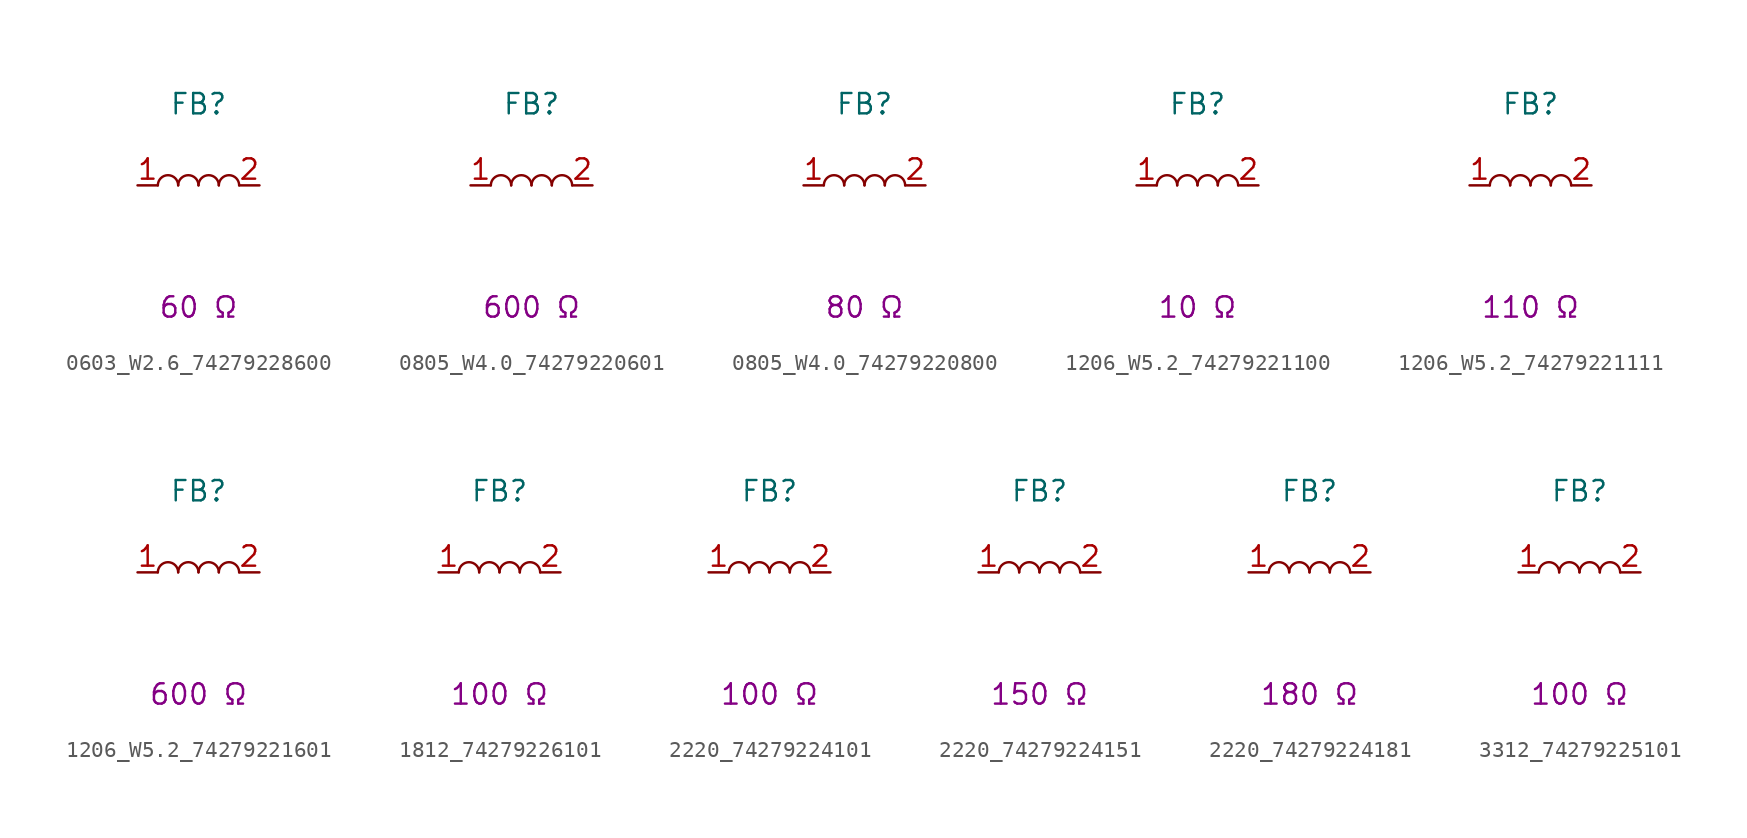
<source format=kicad_sym>
(kicad_symbol_lib
  (version 20220914)
  (generator kicad_symbol_editor)
  (symbol "0603_W2.6_74279228600"
    (pin_names hide)
    (property "Reference" "FB"
      (at 0 5.08 0)
      (effects (font (size 1.27 1.27))))
    (property "Critical Parameter" "60 Ω"
      (at 0 -7.62 0)
      (effects (font (size 1.27 1.27))))
    (symbol "0603_W2.6_74279228600_0_1"
      (arc (start -1.27 0) (mid -1.905 0.6323) (end -2.54 0) (stroke (width 0) (type default)) (fill (type none)))
      (arc (start 0 0) (mid -0.635 0.6323) (end -1.27 0) (stroke (width 0) (type default)) (fill (type none)))
      (arc (start 1.27 0) (mid 0.635 0.6323) (end 0 0) (stroke (width 0) (type default)) (fill (type none)))
      (arc (start 2.54 0) (mid 1.905 0.6323) (end 1.27 0) (stroke (width 0) (type default)) (fill (type none))))
    (symbol "0603_W2.6_74279228600_1_1"
      (pin passive line (at -3.81 0 0) (length 1.27) (name "1" (effects (font (size 1.27 1.27)))) (number "1" (effects (font (size 1.27 1.27)))))
      (pin passive line (at 3.81 0 180) (length 1.27) (name "2" (effects (font (size 1.27 1.27)))) (number "2" (effects (font (size 1.27 1.27)))))))
  (symbol "0805_W4.0_74279220601"
    (pin_names hide)
    (property "Reference" "FB"
      (at 0 5.08 0)
      (effects (font (size 1.27 1.27))))
    (property "Critical Parameter" "600 Ω"
      (at 0 -7.62 0)
      (effects (font (size 1.27 1.27))))
    (symbol "0805_W4.0_74279220601_0_1"
      (arc (start -1.27 0) (mid -1.905 0.6323) (end -2.54 0) (stroke (width 0) (type default)) (fill (type none)))
      (arc (start 0 0) (mid -0.635 0.6323) (end -1.27 0) (stroke (width 0) (type default)) (fill (type none)))
      (arc (start 1.27 0) (mid 0.635 0.6323) (end 0 0) (stroke (width 0) (type default)) (fill (type none)))
      (arc (start 2.54 0) (mid 1.905 0.6323) (end 1.27 0) (stroke (width 0) (type default)) (fill (type none))))
    (symbol "0805_W4.0_74279220601_1_1"
      (pin passive line (at -3.81 0 0) (length 1.27) (name "1" (effects (font (size 1.27 1.27)))) (number "1" (effects (font (size 1.27 1.27)))))
      (pin passive line (at 3.81 0 180) (length 1.27) (name "2" (effects (font (size 1.27 1.27)))) (number "2" (effects (font (size 1.27 1.27)))))))
  (symbol "0805_W4.0_74279220800"
    (pin_names hide)
    (property "Reference" "FB"
      (at 0 5.08 0)
      (effects (font (size 1.27 1.27))))
    (property "Critical Parameter" "80 Ω"
      (at 0 -7.62 0)
      (effects (font (size 1.27 1.27))))
    (symbol "0805_W4.0_74279220800_0_1"
      (arc (start -1.27 0) (mid -1.905 0.6323) (end -2.54 0) (stroke (width 0) (type default)) (fill (type none)))
      (arc (start 0 0) (mid -0.635 0.6323) (end -1.27 0) (stroke (width 0) (type default)) (fill (type none)))
      (arc (start 1.27 0) (mid 0.635 0.6323) (end 0 0) (stroke (width 0) (type default)) (fill (type none)))
      (arc (start 2.54 0) (mid 1.905 0.6323) (end 1.27 0) (stroke (width 0) (type default)) (fill (type none))))
    (symbol "0805_W4.0_74279220800_1_1"
      (pin passive line (at -3.81 0 0) (length 1.27) (name "1" (effects (font (size 1.27 1.27)))) (number "1" (effects (font (size 1.27 1.27)))))
      (pin passive line (at 3.81 0 180) (length 1.27) (name "2" (effects (font (size 1.27 1.27)))) (number "2" (effects (font (size 1.27 1.27)))))))
  (symbol "1206_W5.2_74279221100"
    (pin_names hide)
    (property "Reference" "FB"
      (at 0 5.08 0)
      (effects (font (size 1.27 1.27))))
    (property "Critical Parameter" "10 Ω"
      (at 0 -7.62 0)
      (effects (font (size 1.27 1.27))))
    (symbol "1206_W5.2_74279221100_0_1"
      (arc (start -1.27 0) (mid -1.905 0.6323) (end -2.54 0) (stroke (width 0) (type default)) (fill (type none)))
      (arc (start 0 0) (mid -0.635 0.6323) (end -1.27 0) (stroke (width 0) (type default)) (fill (type none)))
      (arc (start 1.27 0) (mid 0.635 0.6323) (end 0 0) (stroke (width 0) (type default)) (fill (type none)))
      (arc (start 2.54 0) (mid 1.905 0.6323) (end 1.27 0) (stroke (width 0) (type default)) (fill (type none))))
    (symbol "1206_W5.2_74279221100_1_1"
      (pin passive line (at -3.81 0 0) (length 1.27) (name "1" (effects (font (size 1.27 1.27)))) (number "1" (effects (font (size 1.27 1.27)))))
      (pin passive line (at 3.81 0 180) (length 1.27) (name "2" (effects (font (size 1.27 1.27)))) (number "2" (effects (font (size 1.27 1.27)))))))
  (symbol "1206_W5.2_74279221111"
    (pin_names hide)
    (property "Reference" "FB"
      (at 0 5.08 0)
      (effects (font (size 1.27 1.27))))
    (property "Critical Parameter" "110 Ω"
      (at 0 -7.62 0)
      (effects (font (size 1.27 1.27))))
    (symbol "1206_W5.2_74279221111_0_1"
      (arc (start -1.27 0) (mid -1.905 0.6323) (end -2.54 0) (stroke (width 0) (type default)) (fill (type none)))
      (arc (start 0 0) (mid -0.635 0.6323) (end -1.27 0) (stroke (width 0) (type default)) (fill (type none)))
      (arc (start 1.27 0) (mid 0.635 0.6323) (end 0 0) (stroke (width 0) (type default)) (fill (type none)))
      (arc (start 2.54 0) (mid 1.905 0.6323) (end 1.27 0) (stroke (width 0) (type default)) (fill (type none))))
    (symbol "1206_W5.2_74279221111_1_1"
      (pin passive line (at -3.81 0 0) (length 1.27) (name "1" (effects (font (size 1.27 1.27)))) (number "1" (effects (font (size 1.27 1.27)))))
      (pin passive line (at 3.81 0 180) (length 1.27) (name "2" (effects (font (size 1.27 1.27)))) (number "2" (effects (font (size 1.27 1.27)))))))
  (symbol "1206_W5.2_74279221601"
    (pin_names hide)
    (property "Reference" "FB"
      (at 0 5.08 0)
      (effects (font (size 1.27 1.27))))
    (property "Critical Parameter" "600 Ω"
      (at 0 -7.62 0)
      (effects (font (size 1.27 1.27))))
    (symbol "1206_W5.2_74279221601_0_1"
      (arc (start -1.27 0) (mid -1.905 0.6323) (end -2.54 0) (stroke (width 0) (type default)) (fill (type none)))
      (arc (start 0 0) (mid -0.635 0.6323) (end -1.27 0) (stroke (width 0) (type default)) (fill (type none)))
      (arc (start 1.27 0) (mid 0.635 0.6323) (end 0 0) (stroke (width 0) (type default)) (fill (type none)))
      (arc (start 2.54 0) (mid 1.905 0.6323) (end 1.27 0) (stroke (width 0) (type default)) (fill (type none))))
    (symbol "1206_W5.2_74279221601_1_1"
      (pin passive line (at -3.81 0 0) (length 1.27) (name "1" (effects (font (size 1.27 1.27)))) (number "1" (effects (font (size 1.27 1.27)))))
      (pin passive line (at 3.81 0 180) (length 1.27) (name "2" (effects (font (size 1.27 1.27)))) (number "2" (effects (font (size 1.27 1.27)))))))
  (symbol "1812_74279226101"
    (pin_names hide)
    (property "Reference" "FB"
      (at 0 5.08 0)
      (effects (font (size 1.27 1.27))))
    (property "Critical Parameter" "100 Ω"
      (at 0 -7.62 0)
      (effects (font (size 1.27 1.27))))
    (symbol "1812_74279226101_0_1"
      (arc (start -1.27 0) (mid -1.905 0.6323) (end -2.54 0) (stroke (width 0) (type default)) (fill (type none)))
      (arc (start 0 0) (mid -0.635 0.6323) (end -1.27 0) (stroke (width 0) (type default)) (fill (type none)))
      (arc (start 1.27 0) (mid 0.635 0.6323) (end 0 0) (stroke (width 0) (type default)) (fill (type none)))
      (arc (start 2.54 0) (mid 1.905 0.6323) (end 1.27 0) (stroke (width 0) (type default)) (fill (type none))))
    (symbol "1812_74279226101_1_1"
      (pin passive line (at -3.81 0 0) (length 1.27) (name "1" (effects (font (size 1.27 1.27)))) (number "1" (effects (font (size 1.27 1.27)))))
      (pin passive line (at 3.81 0 180) (length 1.27) (name "2" (effects (font (size 1.27 1.27)))) (number "2" (effects (font (size 1.27 1.27)))))))
  (symbol "2220_74279224101"
    (pin_names hide)
    (property "Reference" "FB"
      (at 0 5.08 0)
      (effects (font (size 1.27 1.27))))
    (property "Critical Parameter" "100 Ω"
      (at 0 -7.62 0)
      (effects (font (size 1.27 1.27))))
    (symbol "2220_74279224101_0_1"
      (arc (start -1.27 0) (mid -1.905 0.6323) (end -2.54 0) (stroke (width 0) (type default)) (fill (type none)))
      (arc (start 0 0) (mid -0.635 0.6323) (end -1.27 0) (stroke (width 0) (type default)) (fill (type none)))
      (arc (start 1.27 0) (mid 0.635 0.6323) (end 0 0) (stroke (width 0) (type default)) (fill (type none)))
      (arc (start 2.54 0) (mid 1.905 0.6323) (end 1.27 0) (stroke (width 0) (type default)) (fill (type none))))
    (symbol "2220_74279224101_1_1"
      (pin passive line (at -3.81 0 0) (length 1.27) (name "1" (effects (font (size 1.27 1.27)))) (number "1" (effects (font (size 1.27 1.27)))))
      (pin passive line (at 3.81 0 180) (length 1.27) (name "2" (effects (font (size 1.27 1.27)))) (number "2" (effects (font (size 1.27 1.27)))))))
  (symbol "2220_74279224151"
    (pin_names hide)
    (property "Reference" "FB"
      (at 0 5.08 0)
      (effects (font (size 1.27 1.27))))
    (property "Critical Parameter" "150 Ω"
      (at 0 -7.62 0)
      (effects (font (size 1.27 1.27))))
    (symbol "2220_74279224151_0_1"
      (arc (start -1.27 0) (mid -1.905 0.6323) (end -2.54 0) (stroke (width 0) (type default)) (fill (type none)))
      (arc (start 0 0) (mid -0.635 0.6323) (end -1.27 0) (stroke (width 0) (type default)) (fill (type none)))
      (arc (start 1.27 0) (mid 0.635 0.6323) (end 0 0) (stroke (width 0) (type default)) (fill (type none)))
      (arc (start 2.54 0) (mid 1.905 0.6323) (end 1.27 0) (stroke (width 0) (type default)) (fill (type none))))
    (symbol "2220_74279224151_1_1"
      (pin passive line (at -3.81 0 0) (length 1.27) (name "1" (effects (font (size 1.27 1.27)))) (number "1" (effects (font (size 1.27 1.27)))))
      (pin passive line (at 3.81 0 180) (length 1.27) (name "2" (effects (font (size 1.27 1.27)))) (number "2" (effects (font (size 1.27 1.27)))))))
  (symbol "2220_74279224181"
    (pin_names hide)
    (property "Reference" "FB"
      (at 0 5.08 0)
      (effects (font (size 1.27 1.27))))
    (property "Critical Parameter" "180 Ω"
      (at 0 -7.62 0)
      (effects (font (size 1.27 1.27))))
    (symbol "2220_74279224181_0_1"
      (arc (start -1.27 0) (mid -1.905 0.6323) (end -2.54 0) (stroke (width 0) (type default)) (fill (type none)))
      (arc (start 0 0) (mid -0.635 0.6323) (end -1.27 0) (stroke (width 0) (type default)) (fill (type none)))
      (arc (start 1.27 0) (mid 0.635 0.6323) (end 0 0) (stroke (width 0) (type default)) (fill (type none)))
      (arc (start 2.54 0) (mid 1.905 0.6323) (end 1.27 0) (stroke (width 0) (type default)) (fill (type none))))
    (symbol "2220_74279224181_1_1"
      (pin passive line (at -3.81 0 0) (length 1.27) (name "1" (effects (font (size 1.27 1.27)))) (number "1" (effects (font (size 1.27 1.27)))))
      (pin passive line (at 3.81 0 180) (length 1.27) (name "2" (effects (font (size 1.27 1.27)))) (number "2" (effects (font (size 1.27 1.27)))))))
  (symbol "3312_74279225101"
    (pin_names hide)
    (property "Reference" "FB"
      (at 0 5.08 0)
      (effects (font (size 1.27 1.27))))
    (property "Critical Parameter" "100 Ω"
      (at 0 -7.62 0)
      (effects (font (size 1.27 1.27))))
    (symbol "3312_74279225101_0_1"
      (arc (start -1.27 0) (mid -1.905 0.6323) (end -2.54 0) (stroke (width 0) (type default)) (fill (type none)))
      (arc (start 0 0) (mid -0.635 0.6323) (end -1.27 0) (stroke (width 0) (type default)) (fill (type none)))
      (arc (start 1.27 0) (mid 0.635 0.6323) (end 0 0) (stroke (width 0) (type default)) (fill (type none)))
      (arc (start 2.54 0) (mid 1.905 0.6323) (end 1.27 0) (stroke (width 0) (type default)) (fill (type none))))
    (symbol "3312_74279225101_1_1"
      (pin passive line (at -3.81 0 0) (length 1.27) (name "1" (effects (font (size 1.27 1.27)))) (number "1" (effects (font (size 1.27 1.27)))))
      (pin passive line (at 3.81 0 180) (length 1.27) (name "2" (effects (font (size 1.27 1.27)))) (number "2" (effects (font (size 1.27 1.27))))))))
</source>
